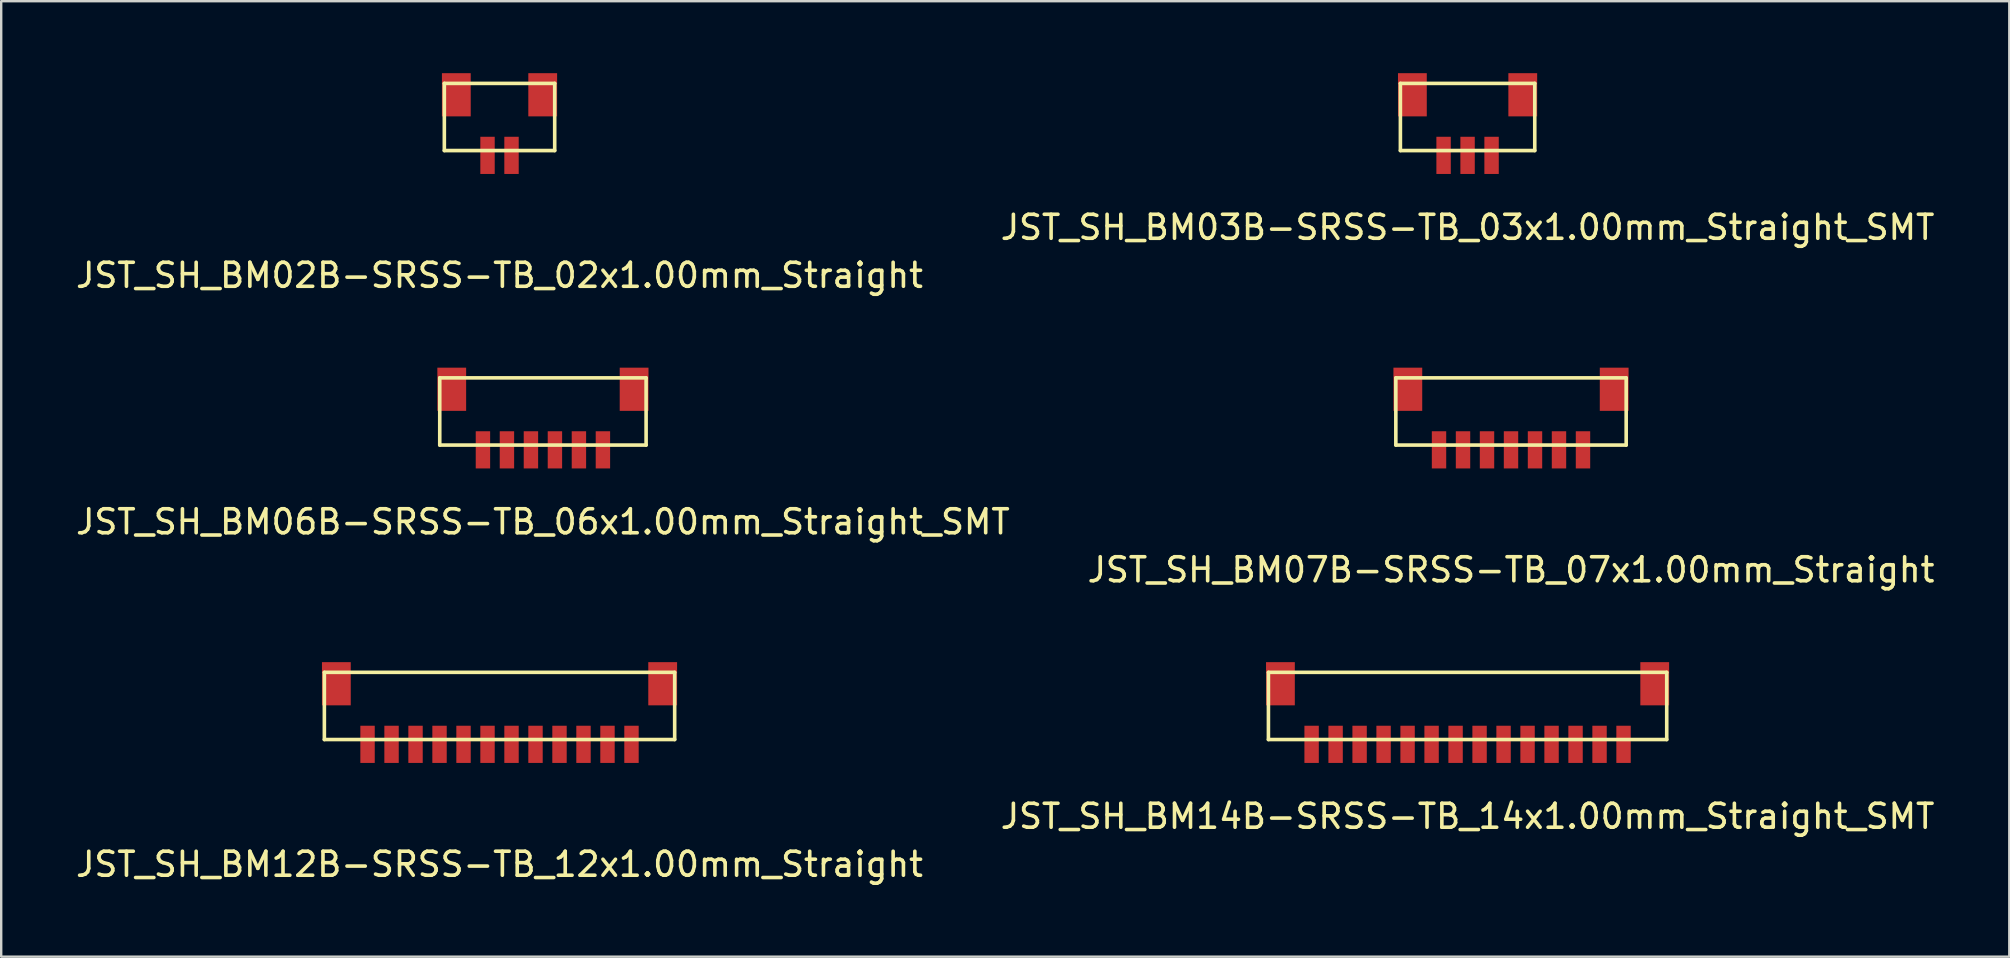
<source format=kicad_pcb>
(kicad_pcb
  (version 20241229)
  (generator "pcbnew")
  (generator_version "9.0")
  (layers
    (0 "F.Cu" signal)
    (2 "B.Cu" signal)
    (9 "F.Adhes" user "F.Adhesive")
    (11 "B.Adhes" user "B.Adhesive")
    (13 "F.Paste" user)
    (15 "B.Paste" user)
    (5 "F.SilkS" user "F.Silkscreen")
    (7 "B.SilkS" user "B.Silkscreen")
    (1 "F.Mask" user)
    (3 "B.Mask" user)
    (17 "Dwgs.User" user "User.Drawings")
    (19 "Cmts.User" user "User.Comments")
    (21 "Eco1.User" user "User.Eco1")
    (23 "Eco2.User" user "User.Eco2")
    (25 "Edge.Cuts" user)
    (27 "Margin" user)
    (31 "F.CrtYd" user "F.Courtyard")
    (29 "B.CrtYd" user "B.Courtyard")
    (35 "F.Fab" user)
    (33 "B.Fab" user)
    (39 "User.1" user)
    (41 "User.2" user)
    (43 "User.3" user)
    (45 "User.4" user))
  (footprint "JST_SH_BM12B-SRSS-TB_12x1.00mm_Straight"
    (layer "F.Cu")
    (at 17.768 27.971)
    (property "Reference" "JST_SH_BM12B-SRSS-TB_12x1.00mm_Straight" (at 0 5 0) (layer "F.SilkS") (effects (font (size 1 1) (thickness 0.15))))
    (attr smd)
    (fp_line (start -7.3 -3) (end -7.3 -0.2) (stroke (width 0.15) (type solid)) (layer "F.SilkS"))
    (fp_line (start -7.3 -3) (end 7.3 -3) (stroke (width 0.15) (type solid)) (layer "F.SilkS"))
    (fp_line (start -7.3 -0.2) (end 7.3 -0.2) (stroke (width 0.15) (type solid)) (layer "F.SilkS"))
    (fp_line (start 7.3 -3) (end 7.3 -0.2) (stroke (width 0.15) (type solid)) (layer "F.SilkS"))
    (pad "1" smd rect (at -5.5 0) (size 0.6 1.55) (layers "F.Cu" "F.Mask" "F.Paste"))
    (pad "2" smd rect (at -4.5 0) (size 0.6 1.55) (layers "F.Cu" "F.Mask" "F.Paste"))
    (pad "3" smd rect (at -3.5 0) (size 0.6 1.55) (layers "F.Cu" "F.Mask" "F.Paste"))
    (pad "4" smd rect (at -2.5 0) (size 0.6 1.55) (layers "F.Cu" "F.Mask" "F.Paste"))
    (pad "5" smd rect (at -1.5 0) (size 0.6 1.55) (layers "F.Cu" "F.Mask" "F.Paste"))
    (pad "6" smd rect (at -0.5 0) (size 0.6 1.55) (layers "F.Cu" "F.Mask" "F.Paste"))
    (pad "7" smd rect (at 0.5 0) (size 0.6 1.55) (layers "F.Cu" "F.Mask" "F.Paste"))
    (pad "8" smd rect (at 1.5 0) (size 0.6 1.55) (layers "F.Cu" "F.Mask" "F.Paste"))
    (pad "9" smd rect (at 2.5 0) (size 0.6 1.55) (layers "F.Cu" "F.Mask" "F.Paste"))
    (pad "10" smd rect (at 3.5 0) (size 0.6 1.55) (layers "F.Cu" "F.Mask" "F.Paste"))
    (pad "11" smd rect (at 4.5 0) (size 0.6 1.55) (layers "F.Cu" "F.Mask" "F.Paste"))
    (pad "12" smd rect (at 5.5 0) (size 0.6 1.55) (layers "F.Cu" "F.Mask" "F.Paste"))
    (pad "13" smd rect (at -6.8 -2.525) (size 1.2 1.8) (layers "F.Cu" "F.Mask" "F.Paste"))
    (pad "13" smd rect (at 6.8 -2.525) (size 1.2 1.8) (layers "F.Cu" "F.Mask" "F.Paste")))
  (footprint "JST_SH_BM07B-SRSS-TB_07x1.00mm_Straight"
    (layer "F.Cu")
    (at 59.923 15.698)
    (property "Reference" "JST_SH_BM07B-SRSS-TB_07x1.00mm_Straight" (at 0 5 0) (layer "F.SilkS") (effects (font (size 1 1) (thickness 0.15))))
    (attr smd)
    (fp_line (start -4.8 -3) (end -4.8 -0.2) (stroke (width 0.15) (type solid)) (layer "F.SilkS"))
    (fp_line (start -4.8 -3) (end 4.8 -3) (stroke (width 0.15) (type solid)) (layer "F.SilkS"))
    (fp_line (start -4.8 -0.2) (end 4.8 -0.2) (stroke (width 0.15) (type solid)) (layer "F.SilkS"))
    (fp_line (start 4.8 -3) (end 4.8 -0.2) (stroke (width 0.15) (type solid)) (layer "F.SilkS"))
    (pad "1" smd rect (at -3 0) (size 0.6 1.55) (layers "F.Cu" "F.Mask" "F.Paste"))
    (pad "2" smd rect (at -2 0) (size 0.6 1.55) (layers "F.Cu" "F.Mask" "F.Paste"))
    (pad "3" smd rect (at -1 0) (size 0.6 1.55) (layers "F.Cu" "F.Mask" "F.Paste"))
    (pad "4" smd rect (at 0 0) (size 0.6 1.55) (layers "F.Cu" "F.Mask" "F.Paste"))
    (pad "5" smd rect (at 1 0) (size 0.6 1.55) (layers "F.Cu" "F.Mask" "F.Paste"))
    (pad "6" smd rect (at 2 0) (size 0.6 1.55) (layers "F.Cu" "F.Mask" "F.Paste"))
    (pad "7" smd rect (at 3 0) (size 0.6 1.55) (layers "F.Cu" "F.Mask" "F.Paste"))
    (pad "8" smd rect (at -4.3 -2.525) (size 1.2 1.8) (layers "F.Cu" "F.Mask" "F.Paste"))
    (pad "8" smd rect (at 4.3 -2.525) (size 1.2 1.8) (layers "F.Cu" "F.Mask" "F.Paste")))
  (footprint "JST_SH_BM14B-SRSS-TB_14x1.00mm_Straight_SMT"
    (layer "F.Cu")
    (at 58.113 27.971)
    (property "Reference" "JST_SH_BM14B-SRSS-TB_14x1.00mm_Straight_SMT" (at 0 3 0) (layer "F.SilkS") (effects (font (size 1 1) (thickness 0.15))))
    (attr smd)
    (fp_line (start -8.3 -3) (end -8.3 -0.2) (stroke (width 0.15) (type solid)) (layer "F.SilkS"))
    (fp_line (start -8.3 -3) (end 8.3 -3) (stroke (width 0.15) (type solid)) (layer "F.SilkS"))
    (fp_line (start -8.3 -0.2) (end 8.3 -0.2) (stroke (width 0.15) (type solid)) (layer "F.SilkS"))
    (fp_line (start 8.3 -3) (end 8.3 -0.2) (stroke (width 0.15) (type solid)) (layer "F.SilkS"))
    (pad "1" smd rect (at -6.5 0) (size 0.6 1.55) (layers "F.Cu" "F.Mask" "F.Paste"))
    (pad "2" smd rect (at -5.5 0) (size 0.6 1.55) (layers "F.Cu" "F.Mask" "F.Paste"))
    (pad "3" smd rect (at -4.5 0) (size 0.6 1.55) (layers "F.Cu" "F.Mask" "F.Paste"))
    (pad "4" smd rect (at -3.5 0) (size 0.6 1.55) (layers "F.Cu" "F.Mask" "F.Paste"))
    (pad "5" smd rect (at -2.5 0) (size 0.6 1.55) (layers "F.Cu" "F.Mask" "F.Paste"))
    (pad "6" smd rect (at -1.5 0) (size 0.6 1.55) (layers "F.Cu" "F.Mask" "F.Paste"))
    (pad "7" smd rect (at -0.5 0) (size 0.6 1.55) (layers "F.Cu" "F.Mask" "F.Paste"))
    (pad "8" smd rect (at 0.5 0) (size 0.6 1.55) (layers "F.Cu" "F.Mask" "F.Paste"))
    (pad "9" smd rect (at 1.5 0) (size 0.6 1.55) (layers "F.Cu" "F.Mask" "F.Paste"))
    (pad "10" smd rect (at 2.5 0) (size 0.6 1.55) (layers "F.Cu" "F.Mask" "F.Paste"))
    (pad "11" smd rect (at 3.5 0) (size 0.6 1.55) (layers "F.Cu" "F.Mask" "F.Paste"))
    (pad "12" smd rect (at 4.5 0) (size 0.6 1.55) (layers "F.Cu" "F.Mask" "F.Paste"))
    (pad "13" smd rect (at 5.5 0) (size 0.6 1.55) (layers "F.Cu" "F.Mask" "F.Paste"))
    (pad "14" smd rect (at 6.5 0) (size 0.6 1.55) (layers "F.Cu" "F.Mask" "F.Paste"))
    (pad "15" smd rect (at -7.8 -2.525) (size 1.2 1.8) (layers "F.Cu" "F.Mask" "F.Paste"))
    (pad "15" smd rect (at 7.8 -2.525) (size 1.2 1.8) (layers "F.Cu" "F.Mask" "F.Paste")))
  (footprint "JST_SH_BM02B-SRSS-TB_02x1.00mm_Straight"
    (layer "F.Cu")
    (at 17.768 3.425)
    (property "Reference" "JST_SH_BM02B-SRSS-TB_02x1.00mm_Straight" (at 0 5 0) (layer "F.SilkS") (effects (font (size 1 1) (thickness 0.15))))
    (attr smd)
    (fp_line (start -2.3 -3) (end -2.3 -0.2) (stroke (width 0.15) (type solid)) (layer "F.SilkS"))
    (fp_line (start -2.3 -3) (end 2.3 -3) (stroke (width 0.15) (type solid)) (layer "F.SilkS"))
    (fp_line (start -2.3 -0.2) (end 2.3 -0.2) (stroke (width 0.15) (type solid)) (layer "F.SilkS"))
    (fp_line (start 2.3 -3) (end 2.3 -0.2) (stroke (width 0.15) (type solid)) (layer "F.SilkS"))
    (pad "1" smd rect (at -0.5 0) (size 0.6 1.55) (layers "F.Cu" "F.Mask" "F.Paste"))
    (pad "2" smd rect (at 0.5 0) (size 0.6 1.55) (layers "F.Cu" "F.Mask" "F.Paste"))
    (pad "3" smd rect (at -1.8 -2.525) (size 1.2 1.8) (layers "F.Cu" "F.Mask" "F.Paste"))
    (pad "3" smd rect (at 1.8 -2.525) (size 1.2 1.8) (layers "F.Cu" "F.Mask" "F.Paste")))
  (footprint "JST_SH_BM03B-SRSS-TB_03x1.00mm_Straight_SMT"
    (layer "F.Cu")
    (at 58.113 3.425)
    (property "Reference" "JST_SH_BM03B-SRSS-TB_03x1.00mm_Straight_SMT" (at 0 3 0) (layer "F.SilkS") (effects (font (size 1 1) (thickness 0.15))))
    (attr smd)
    (fp_line (start -2.8 -3) (end -2.8 -0.2) (stroke (width 0.15) (type solid)) (layer "F.SilkS"))
    (fp_line (start -2.8 -3) (end 2.8 -3) (stroke (width 0.15) (type solid)) (layer "F.SilkS"))
    (fp_line (start -2.8 -0.2) (end 2.8 -0.2) (stroke (width 0.15) (type solid)) (layer "F.SilkS"))
    (fp_line (start 2.8 -3) (end 2.8 -0.2) (stroke (width 0.15) (type solid)) (layer "F.SilkS"))
    (pad "1" smd rect (at -1 0) (size 0.6 1.55) (layers "F.Cu" "F.Mask" "F.Paste"))
    (pad "2" smd rect (at 0 0) (size 0.6 1.55) (layers "F.Cu" "F.Mask" "F.Paste"))
    (pad "3" smd rect (at 1 0) (size 0.6 1.55) (layers "F.Cu" "F.Mask" "F.Paste"))
    (pad "4" smd rect (at -2.3 -2.525) (size 1.2 1.8) (layers "F.Cu" "F.Mask" "F.Paste"))
    (pad "4" smd rect (at 2.3 -2.525) (size 1.2 1.8) (layers "F.Cu" "F.Mask" "F.Paste")))
  (footprint "JST_SH_BM06B-SRSS-TB_06x1.00mm_Straight_SMT"
    (layer "F.Cu")
    (at 19.577 15.698)
    (property "Reference" "JST_SH_BM06B-SRSS-TB_06x1.00mm_Straight_SMT" (at 0 3 0) (layer "F.SilkS") (effects (font (size 1 1) (thickness 0.15))))
    (attr smd)
    (fp_line (start -4.3 -3) (end -4.3 -0.2) (stroke (width 0.15) (type solid)) (layer "F.SilkS"))
    (fp_line (start -4.3 -3) (end 4.3 -3) (stroke (width 0.15) (type solid)) (layer "F.SilkS"))
    (fp_line (start -4.3 -0.2) (end 4.3 -0.2) (stroke (width 0.15) (type solid)) (layer "F.SilkS"))
    (fp_line (start 4.3 -3) (end 4.3 -0.2) (stroke (width 0.15) (type solid)) (layer "F.SilkS"))
    (pad "1" smd rect (at -2.5 0) (size 0.6 1.55) (layers "F.Cu" "F.Mask" "F.Paste"))
    (pad "2" smd rect (at -1.5 0) (size 0.6 1.55) (layers "F.Cu" "F.Mask" "F.Paste"))
    (pad "3" smd rect (at -0.5 0) (size 0.6 1.55) (layers "F.Cu" "F.Mask" "F.Paste"))
    (pad "4" smd rect (at 0.5 0) (size 0.6 1.55) (layers "F.Cu" "F.Mask" "F.Paste"))
    (pad "5" smd rect (at 1.5 0) (size 0.6 1.55) (layers "F.Cu" "F.Mask" "F.Paste"))
    (pad "6" smd rect (at 2.5 0) (size 0.6 1.55) (layers "F.Cu" "F.Mask" "F.Paste"))
    (pad "7" smd rect (at -3.8 -2.525) (size 1.2 1.8) (layers "F.Cu" "F.Mask" "F.Paste"))
    (pad "7" smd rect (at 3.8 -2.525) (size 1.2 1.8) (layers "F.Cu" "F.Mask" "F.Paste")))
  (gr_rect
    (start -3 -3)
    (end 80.69 36.82)
    (stroke (width 0.1) (type default))
    (fill no)
    (layer "Edge.Cuts")))
</source>
